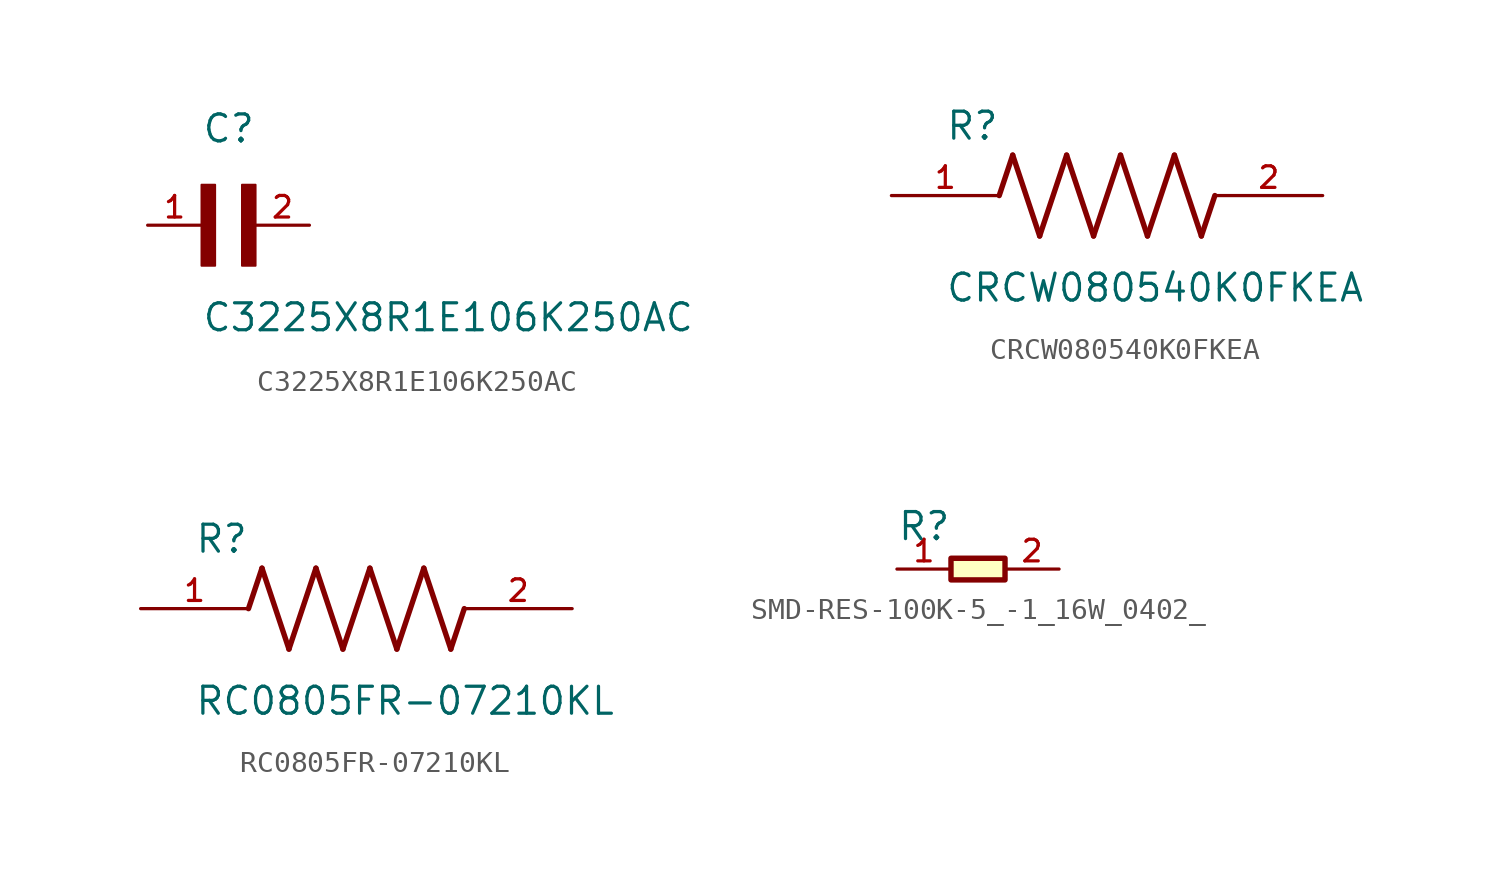
<source format=kicad_sym>
(kicad_symbol_lib
  (version 20231120)
  (generator "kicad_symbol_editor")
  (generator_version "8.0")
  (symbol "C3225X8R1E106K250AC"
    (pin_names
      (offset 1.016))
    (property "Reference" "C"
      (at 0 3.81 0)
      (effects (font (size 1.27 1.27)) (justify left bottom)))
    (property "Value" "C3225X8R1E106K250AC"
      (at 0 -5.088 0)
      (effects (font (size 1.27 1.27)) (justify left bottom)))
    (symbol "C3225X8R1E106K250AC_0_0"
      (rectangle (start 0 -1.907) (end 0.635 1.905) (stroke (width 0.1) (type default)) (fill (type outline)))
      (rectangle (start 1.907 -1.907) (end 2.54 1.905) (stroke (width 0.1) (type default)) (fill (type outline)))
      (pin passive line (at -2.54 0 0) (length 2.54) (name "~" (effects (font (size 1.016 1.016)))) (number "1" (effects (font (size 1.016 1.016)))))
      (pin passive line (at 5.08 0 180) (length 2.54) (name "~" (effects (font (size 1.016 1.016)))) (number "2" (effects (font (size 1.016 1.016)))))))
  (symbol "CRCW080540K0FKEA"
    (pin_names
      (offset 1.016))
    (property "Reference" "R"
      (at -7.624 2.542 0)
      (effects (font (size 1.27 1.27)) (justify left bottom)))
    (property "Value" "CRCW080540K0FKEA"
      (at -7.63 -5.087 0)
      (effects (font (size 1.27 1.27)) (justify left bottom)))
    (symbol "CRCW080540K0FKEA_0_0"
      (polyline (pts (xy -5.08 0) (xy -4.445 1.905)) (stroke (width 0.254) (type default)) (fill (type none)))
      (polyline (pts (xy -4.445 1.905) (xy -3.175 -1.905)) (stroke (width 0.254) (type default)) (fill (type none)))
      (polyline (pts (xy -3.175 -1.905) (xy -1.905 1.905)) (stroke (width 0.254) (type default)) (fill (type none)))
      (polyline (pts (xy -1.905 1.905) (xy -0.635 -1.905)) (stroke (width 0.254) (type default)) (fill (type none)))
      (polyline (pts (xy -0.635 -1.905) (xy 0.635 1.905)) (stroke (width 0.254) (type default)) (fill (type none)))
      (polyline (pts (xy 0.635 1.905) (xy 1.905 -1.905)) (stroke (width 0.254) (type default)) (fill (type none)))
      (polyline (pts (xy 1.905 -1.905) (xy 3.175 1.905)) (stroke (width 0.254) (type default)) (fill (type none)))
      (polyline (pts (xy 3.175 1.905) (xy 4.445 -1.905)) (stroke (width 0.254) (type default)) (fill (type none)))
      (polyline (pts (xy 4.445 -1.905) (xy 5.08 0)) (stroke (width 0.254) (type default)) (fill (type none)))
      (pin passive line (at -10.16 0 0) (length 5.08) (name "~" (effects (font (size 1.016 1.016)))) (number "1" (effects (font (size 1.016 1.016)))))
      (pin passive line (at 10.16 0 180) (length 5.08) (name "~" (effects (font (size 1.016 1.016)))) (number "2" (effects (font (size 1.016 1.016)))))))
  (symbol "RC0805FR-07210KL"
    (pin_names
      (offset 1.016))
    (property "Reference" "R"
      (at -7.624 2.542 0)
      (effects (font (size 1.27 1.27)) (justify left bottom)))
    (property "Value" "RC0805FR-07210KL"
      (at -7.63 -5.087 0)
      (effects (font (size 1.27 1.27)) (justify left bottom)))
    (symbol "RC0805FR-07210KL_0_0"
      (polyline (pts (xy -5.08 0) (xy -4.445 1.905)) (stroke (width 0.254) (type default)) (fill (type none)))
      (polyline (pts (xy -4.445 1.905) (xy -3.175 -1.905)) (stroke (width 0.254) (type default)) (fill (type none)))
      (polyline (pts (xy -3.175 -1.905) (xy -1.905 1.905)) (stroke (width 0.254) (type default)) (fill (type none)))
      (polyline (pts (xy -1.905 1.905) (xy -0.635 -1.905)) (stroke (width 0.254) (type default)) (fill (type none)))
      (polyline (pts (xy -0.635 -1.905) (xy 0.635 1.905)) (stroke (width 0.254) (type default)) (fill (type none)))
      (polyline (pts (xy 0.635 1.905) (xy 1.905 -1.905)) (stroke (width 0.254) (type default)) (fill (type none)))
      (polyline (pts (xy 1.905 -1.905) (xy 3.175 1.905)) (stroke (width 0.254) (type default)) (fill (type none)))
      (polyline (pts (xy 3.175 1.905) (xy 4.445 -1.905)) (stroke (width 0.254) (type default)) (fill (type none)))
      (polyline (pts (xy 4.445 -1.905) (xy 5.08 0)) (stroke (width 0.254) (type default)) (fill (type none)))
      (pin passive line (at -10.16 0 0) (length 5.08) (name "~" (effects (font (size 1.016 1.016)))) (number "1" (effects (font (size 1.016 1.016)))))
      (pin passive line (at 10.16 0 180) (length 5.08) (name "~" (effects (font (size 1.016 1.016)))) (number "2" (effects (font (size 1.016 1.016)))))))
  (symbol "SMD-RES-100K-5_-1_16W_0402_"
    (pin_names
      (offset 1.016))
    (property "Reference" "R"
      (at -3.81 1.27 0)
      (effects (font (size 1.27 1.27)) (justify left bottom)))
    (symbol "SMD-RES-100K-5_-1_16W_0402__0_0"
      (rectangle (start -1.27 -0.508) (end 1.27 0.508) (stroke (width 0.254) (type default)) (fill (type background)))
      (pin passive line (at -3.81 0 0) (length 2.54) (name "~" (effects (font (size 1.016 1.016)))) (number "1" (effects (font (size 1.016 1.016)))))
      (pin passive line (at 3.81 0 180) (length 2.54) (name "~" (effects (font (size 1.016 1.016)))) (number "2" (effects (font (size 1.016 1.016))))))))
</source>
